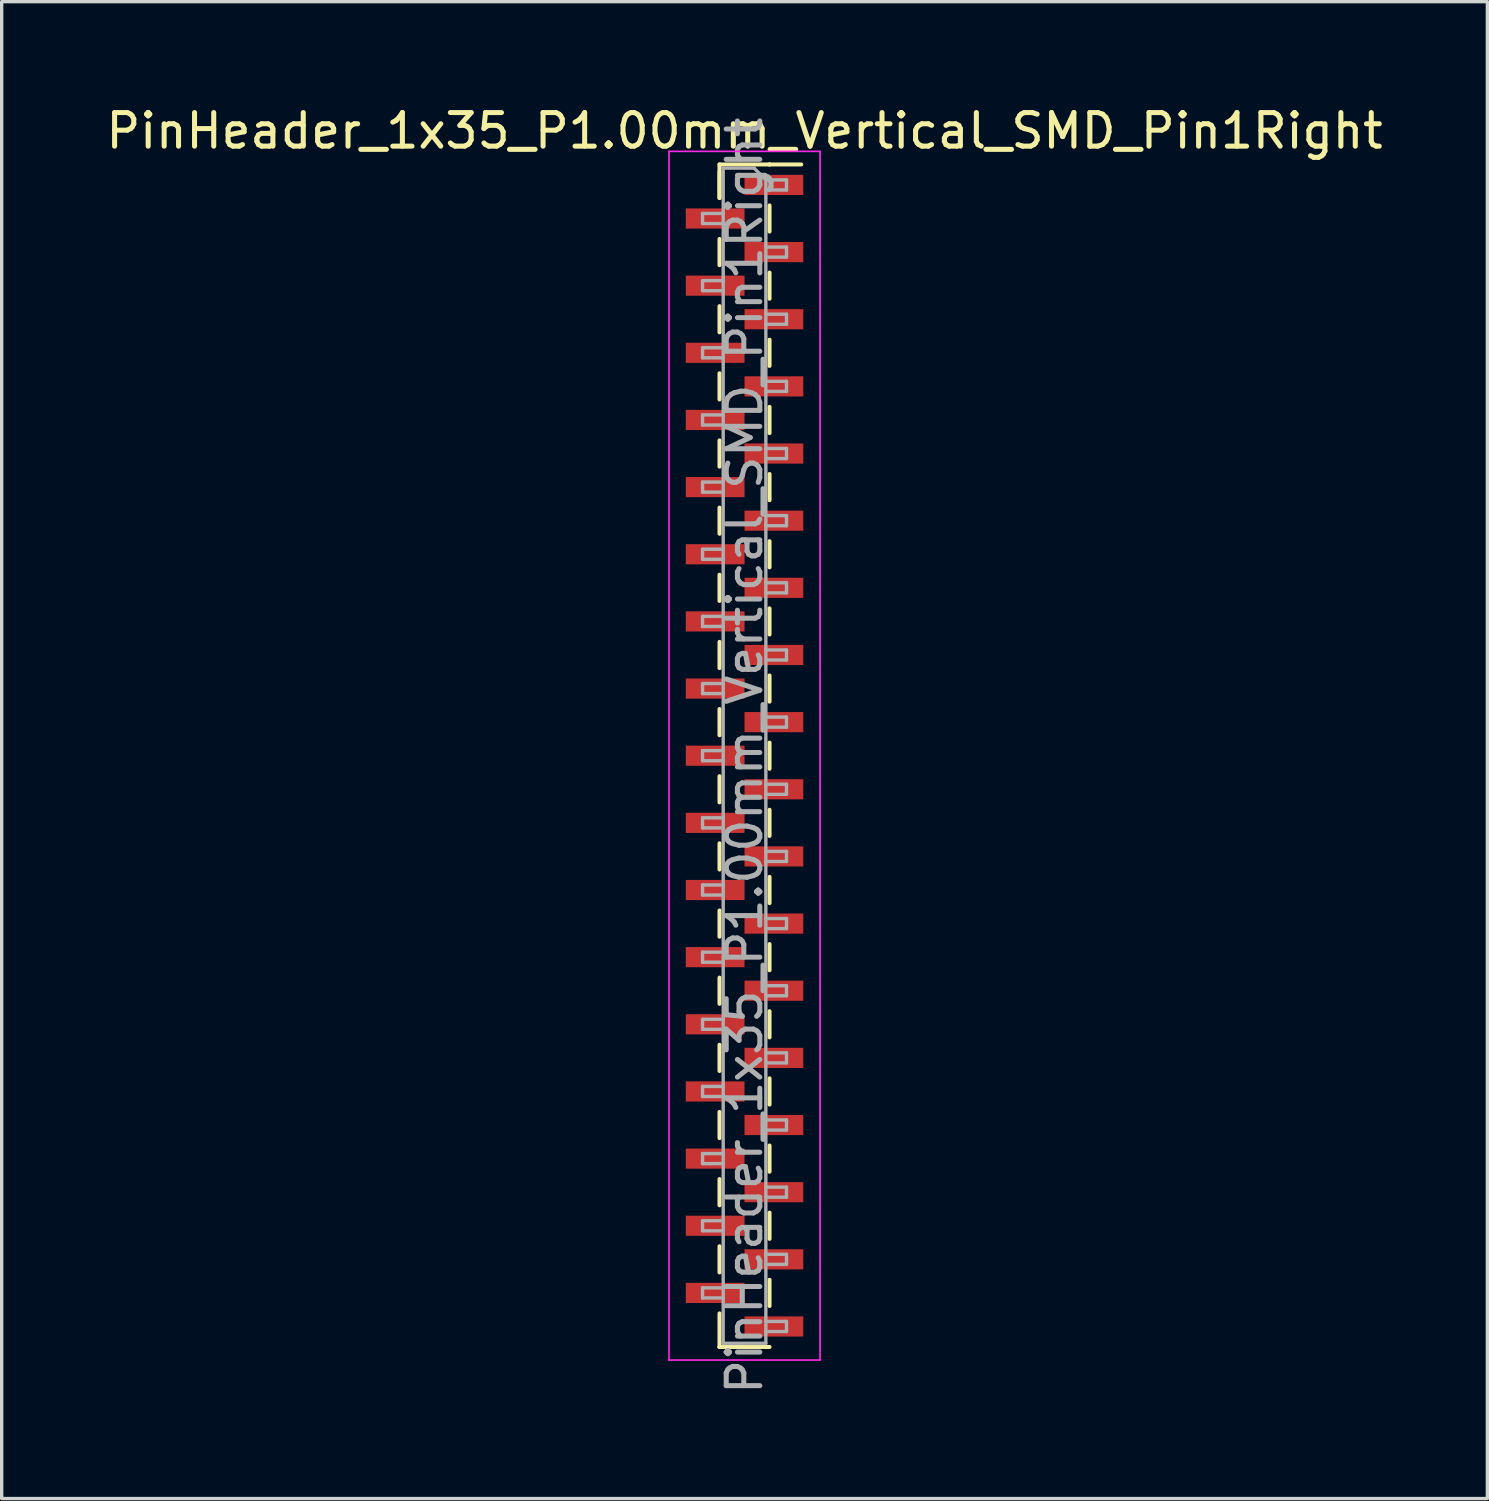
<source format=kicad_pcb>
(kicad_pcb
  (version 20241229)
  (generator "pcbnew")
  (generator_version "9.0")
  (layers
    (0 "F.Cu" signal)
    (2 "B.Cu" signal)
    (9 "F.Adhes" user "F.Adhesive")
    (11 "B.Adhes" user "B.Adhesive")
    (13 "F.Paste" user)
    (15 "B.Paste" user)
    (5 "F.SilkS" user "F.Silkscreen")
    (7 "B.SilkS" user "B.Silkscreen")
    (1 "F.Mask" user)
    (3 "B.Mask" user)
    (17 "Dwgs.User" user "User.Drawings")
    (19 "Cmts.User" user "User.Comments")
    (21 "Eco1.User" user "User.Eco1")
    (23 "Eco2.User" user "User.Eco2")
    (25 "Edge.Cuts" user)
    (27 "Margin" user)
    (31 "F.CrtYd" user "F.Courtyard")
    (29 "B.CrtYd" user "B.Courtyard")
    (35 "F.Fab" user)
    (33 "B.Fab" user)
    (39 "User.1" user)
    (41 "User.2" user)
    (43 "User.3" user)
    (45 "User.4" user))
  (footprint "PinHeader_1x35_P1.00mm_Vertical_SMD_Pin1Right"
    (layer "F.Cu")
    (at 19.125 19.458)
    (property "Reference" "PinHeader_1x35_P1.00mm_Vertical_SMD_Pin1Right" (at 0 -18.61 0) (layer "F.SilkS") (effects (font (size 1 1) (thickness 0.15))))
    (attr smd)
    (fp_line (start -0.745 -17.61) (end -0.745 -16.61) (stroke (width 0.12) (type solid)) (layer "F.SilkS"))
    (fp_line (start -0.745 -17.61) (end 0.745 -17.61) (stroke (width 0.12) (type solid)) (layer "F.SilkS"))
    (fp_line (start -0.745 -17.39) (end -0.745 -16.61) (stroke (width 0.12) (type solid)) (layer "F.SilkS"))
    (fp_line (start -0.745 -15.39) (end -0.745 -14.61) (stroke (width 0.12) (type solid)) (layer "F.SilkS"))
    (fp_line (start -0.745 -13.39) (end -0.745 -12.61) (stroke (width 0.12) (type solid)) (layer "F.SilkS"))
    (fp_line (start -0.745 -11.39) (end -0.745 -10.61) (stroke (width 0.12) (type solid)) (layer "F.SilkS"))
    (fp_line (start -0.745 -9.39) (end -0.745 -8.61) (stroke (width 0.12) (type solid)) (layer "F.SilkS"))
    (fp_line (start -0.745 -7.39) (end -0.745 -6.61) (stroke (width 0.12) (type solid)) (layer "F.SilkS"))
    (fp_line (start -0.745 -5.39) (end -0.745 -4.61) (stroke (width 0.12) (type solid)) (layer "F.SilkS"))
    (fp_line (start -0.745 -3.39) (end -0.745 -2.61) (stroke (width 0.12) (type solid)) (layer "F.SilkS"))
    (fp_line (start -0.745 -1.39) (end -0.745 -0.61) (stroke (width 0.12) (type solid)) (layer "F.SilkS"))
    (fp_line (start -0.745 0.61) (end -0.745 1.39) (stroke (width 0.12) (type solid)) (layer "F.SilkS"))
    (fp_line (start -0.745 2.61) (end -0.745 3.39) (stroke (width 0.12) (type solid)) (layer "F.SilkS"))
    (fp_line (start -0.745 4.61) (end -0.745 5.39) (stroke (width 0.12) (type solid)) (layer "F.SilkS"))
    (fp_line (start -0.745 6.61) (end -0.745 7.39) (stroke (width 0.12) (type solid)) (layer "F.SilkS"))
    (fp_line (start -0.745 8.61) (end -0.745 9.39) (stroke (width 0.12) (type solid)) (layer "F.SilkS"))
    (fp_line (start -0.745 10.61) (end -0.745 11.39) (stroke (width 0.12) (type solid)) (layer "F.SilkS"))
    (fp_line (start -0.745 12.61) (end -0.745 13.39) (stroke (width 0.12) (type solid)) (layer "F.SilkS"))
    (fp_line (start -0.745 14.61) (end -0.745 15.39) (stroke (width 0.12) (type solid)) (layer "F.SilkS"))
    (fp_line (start -0.745 16.61) (end -0.745 17.61) (stroke (width 0.12) (type solid)) (layer "F.SilkS"))
    (fp_line (start -0.745 17.61) (end -0.745 17.61) (stroke (width 0.12) (type solid)) (layer "F.SilkS"))
    (fp_line (start -0.745 17.61) (end 0.745 17.61) (stroke (width 0.12) (type solid)) (layer "F.SilkS"))
    (fp_line (start 0.745 -17.61) (end 0.745 -17.61) (stroke (width 0.12) (type solid)) (layer "F.SilkS"))
    (fp_line (start 0.745 -17.61) (end 1.69 -17.61) (stroke (width 0.12) (type solid)) (layer "F.SilkS"))
    (fp_line (start 0.745 -16.39) (end 0.745 -15.61) (stroke (width 0.12) (type solid)) (layer "F.SilkS"))
    (fp_line (start 0.745 -14.39) (end 0.745 -13.61) (stroke (width 0.12) (type solid)) (layer "F.SilkS"))
    (fp_line (start 0.745 -12.39) (end 0.745 -11.61) (stroke (width 0.12) (type solid)) (layer "F.SilkS"))
    (fp_line (start 0.745 -10.39) (end 0.745 -9.61) (stroke (width 0.12) (type solid)) (layer "F.SilkS"))
    (fp_line (start 0.745 -8.39) (end 0.745 -7.61) (stroke (width 0.12) (type solid)) (layer "F.SilkS"))
    (fp_line (start 0.745 -6.39) (end 0.745 -5.61) (stroke (width 0.12) (type solid)) (layer "F.SilkS"))
    (fp_line (start 0.745 -4.39) (end 0.745 -3.61) (stroke (width 0.12) (type solid)) (layer "F.SilkS"))
    (fp_line (start 0.745 -2.39) (end 0.745 -1.61) (stroke (width 0.12) (type solid)) (layer "F.SilkS"))
    (fp_line (start 0.745 -0.39) (end 0.745 0.39) (stroke (width 0.12) (type solid)) (layer "F.SilkS"))
    (fp_line (start 0.745 1.61) (end 0.745 2.39) (stroke (width 0.12) (type solid)) (layer "F.SilkS"))
    (fp_line (start 0.745 3.61) (end 0.745 4.39) (stroke (width 0.12) (type solid)) (layer "F.SilkS"))
    (fp_line (start 0.745 5.61) (end 0.745 6.39) (stroke (width 0.12) (type solid)) (layer "F.SilkS"))
    (fp_line (start 0.745 7.61) (end 0.745 8.39) (stroke (width 0.12) (type solid)) (layer "F.SilkS"))
    (fp_line (start 0.745 9.61) (end 0.745 10.39) (stroke (width 0.12) (type solid)) (layer "F.SilkS"))
    (fp_line (start 0.745 11.61) (end 0.745 12.39) (stroke (width 0.12) (type solid)) (layer "F.SilkS"))
    (fp_line (start 0.745 13.61) (end 0.745 14.39) (stroke (width 0.12) (type solid)) (layer "F.SilkS"))
    (fp_line (start 0.745 15.61) (end 0.745 16.39) (stroke (width 0.12) (type solid)) (layer "F.SilkS"))
    (fp_line (start -2.25 -18) (end -2.25 18) (stroke (width 0.05) (type solid)) (layer "F.CrtYd"))
    (fp_line (start -2.25 18) (end 2.25 18) (stroke (width 0.05) (type solid)) (layer "F.CrtYd"))
    (fp_line (start 2.25 -18) (end -2.25 -18) (stroke (width 0.05) (type solid)) (layer "F.CrtYd"))
    (fp_line (start 2.25 18) (end 2.25 -18) (stroke (width 0.05) (type solid)) (layer "F.CrtYd"))
    (fp_line (start -1.25 -16.15) (end -1.25 -15.85) (stroke (width 0.1) (type solid)) (layer "F.Fab"))
    (fp_line (start -1.25 -15.85) (end -0.635 -15.85) (stroke (width 0.1) (type solid)) (layer "F.Fab"))
    (fp_line (start -1.25 -14.15) (end -1.25 -13.85) (stroke (width 0.1) (type solid)) (layer "F.Fab"))
    (fp_line (start -1.25 -13.85) (end -0.635 -13.85) (stroke (width 0.1) (type solid)) (layer "F.Fab"))
    (fp_line (start -1.25 -12.15) (end -1.25 -11.85) (stroke (width 0.1) (type solid)) (layer "F.Fab"))
    (fp_line (start -1.25 -11.85) (end -0.635 -11.85) (stroke (width 0.1) (type solid)) (layer "F.Fab"))
    (fp_line (start -1.25 -10.15) (end -1.25 -9.85) (stroke (width 0.1) (type solid)) (layer "F.Fab"))
    (fp_line (start -1.25 -9.85) (end -0.635 -9.85) (stroke (width 0.1) (type solid)) (layer "F.Fab"))
    (fp_line (start -1.25 -8.15) (end -1.25 -7.85) (stroke (width 0.1) (type solid)) (layer "F.Fab"))
    (fp_line (start -1.25 -7.85) (end -0.635 -7.85) (stroke (width 0.1) (type solid)) (layer "F.Fab"))
    (fp_line (start -1.25 -6.15) (end -1.25 -5.85) (stroke (width 0.1) (type solid)) (layer "F.Fab"))
    (fp_line (start -1.25 -5.85) (end -0.635 -5.85) (stroke (width 0.1) (type solid)) (layer "F.Fab"))
    (fp_line (start -1.25 -4.15) (end -1.25 -3.85) (stroke (width 0.1) (type solid)) (layer "F.Fab"))
    (fp_line (start -1.25 -3.85) (end -0.635 -3.85) (stroke (width 0.1) (type solid)) (layer "F.Fab"))
    (fp_line (start -1.25 -2.15) (end -1.25 -1.85) (stroke (width 0.1) (type solid)) (layer "F.Fab"))
    (fp_line (start -1.25 -1.85) (end -0.635 -1.85) (stroke (width 0.1) (type solid)) (layer "F.Fab"))
    (fp_line (start -1.25 -0.15) (end -1.25 0.15) (stroke (width 0.1) (type solid)) (layer "F.Fab"))
    (fp_line (start -1.25 0.15) (end -0.635 0.15) (stroke (width 0.1) (type solid)) (layer "F.Fab"))
    (fp_line (start -1.25 1.85) (end -1.25 2.15) (stroke (width 0.1) (type solid)) (layer "F.Fab"))
    (fp_line (start -1.25 2.15) (end -0.635 2.15) (stroke (width 0.1) (type solid)) (layer "F.Fab"))
    (fp_line (start -1.25 3.85) (end -1.25 4.15) (stroke (width 0.1) (type solid)) (layer "F.Fab"))
    (fp_line (start -1.25 4.15) (end -0.635 4.15) (stroke (width 0.1) (type solid)) (layer "F.Fab"))
    (fp_line (start -1.25 5.85) (end -1.25 6.15) (stroke (width 0.1) (type solid)) (layer "F.Fab"))
    (fp_line (start -1.25 6.15) (end -0.635 6.15) (stroke (width 0.1) (type solid)) (layer "F.Fab"))
    (fp_line (start -1.25 7.85) (end -1.25 8.15) (stroke (width 0.1) (type solid)) (layer "F.Fab"))
    (fp_line (start -1.25 8.15) (end -0.635 8.15) (stroke (width 0.1) (type solid)) (layer "F.Fab"))
    (fp_line (start -1.25 9.85) (end -1.25 10.15) (stroke (width 0.1) (type solid)) (layer "F.Fab"))
    (fp_line (start -1.25 10.15) (end -0.635 10.15) (stroke (width 0.1) (type solid)) (layer "F.Fab"))
    (fp_line (start -1.25 11.85) (end -1.25 12.15) (stroke (width 0.1) (type solid)) (layer "F.Fab"))
    (fp_line (start -1.25 12.15) (end -0.635 12.15) (stroke (width 0.1) (type solid)) (layer "F.Fab"))
    (fp_line (start -1.25 13.85) (end -1.25 14.15) (stroke (width 0.1) (type solid)) (layer "F.Fab"))
    (fp_line (start -1.25 14.15) (end -0.635 14.15) (stroke (width 0.1) (type solid)) (layer "F.Fab"))
    (fp_line (start -1.25 15.85) (end -1.25 16.15) (stroke (width 0.1) (type solid)) (layer "F.Fab"))
    (fp_line (start -1.25 16.15) (end -0.635 16.15) (stroke (width 0.1) (type solid)) (layer "F.Fab"))
    (fp_line (start -0.635 -17.5) (end -0.635 17.5) (stroke (width 0.1) (type solid)) (layer "F.Fab"))
    (fp_line (start -0.635 -17.5) (end 0.285 -17.5) (stroke (width 0.1) (type solid)) (layer "F.Fab"))
    (fp_line (start -0.635 -16.15) (end -1.25 -16.15) (stroke (width 0.1) (type solid)) (layer "F.Fab"))
    (fp_line (start -0.635 -14.15) (end -1.25 -14.15) (stroke (width 0.1) (type solid)) (layer "F.Fab"))
    (fp_line (start -0.635 -12.15) (end -1.25 -12.15) (stroke (width 0.1) (type solid)) (layer "F.Fab"))
    (fp_line (start -0.635 -10.15) (end -1.25 -10.15) (stroke (width 0.1) (type solid)) (layer "F.Fab"))
    (fp_line (start -0.635 -8.15) (end -1.25 -8.15) (stroke (width 0.1) (type solid)) (layer "F.Fab"))
    (fp_line (start -0.635 -6.15) (end -1.25 -6.15) (stroke (width 0.1) (type solid)) (layer "F.Fab"))
    (fp_line (start -0.635 -4.15) (end -1.25 -4.15) (stroke (width 0.1) (type solid)) (layer "F.Fab"))
    (fp_line (start -0.635 -2.15) (end -1.25 -2.15) (stroke (width 0.1) (type solid)) (layer "F.Fab"))
    (fp_line (start -0.635 -0.15) (end -1.25 -0.15) (stroke (width 0.1) (type solid)) (layer "F.Fab"))
    (fp_line (start -0.635 1.85) (end -1.25 1.85) (stroke (width 0.1) (type solid)) (layer "F.Fab"))
    (fp_line (start -0.635 3.85) (end -1.25 3.85) (stroke (width 0.1) (type solid)) (layer "F.Fab"))
    (fp_line (start -0.635 5.85) (end -1.25 5.85) (stroke (width 0.1) (type solid)) (layer "F.Fab"))
    (fp_line (start -0.635 7.85) (end -1.25 7.85) (stroke (width 0.1) (type solid)) (layer "F.Fab"))
    (fp_line (start -0.635 9.85) (end -1.25 9.85) (stroke (width 0.1) (type solid)) (layer "F.Fab"))
    (fp_line (start -0.635 11.85) (end -1.25 11.85) (stroke (width 0.1) (type solid)) (layer "F.Fab"))
    (fp_line (start -0.635 13.85) (end -1.25 13.85) (stroke (width 0.1) (type solid)) (layer "F.Fab"))
    (fp_line (start -0.635 15.85) (end -1.25 15.85) (stroke (width 0.1) (type solid)) (layer "F.Fab"))
    (fp_line (start 0.635 -17.15) (end 0.285 -17.5) (stroke (width 0.1) (type solid)) (layer "F.Fab"))
    (fp_line (start 0.635 -17.15) (end 1.25 -17.15) (stroke (width 0.1) (type solid)) (layer "F.Fab"))
    (fp_line (start 0.635 -15.15) (end 1.25 -15.15) (stroke (width 0.1) (type solid)) (layer "F.Fab"))
    (fp_line (start 0.635 -13.15) (end 1.25 -13.15) (stroke (width 0.1) (type solid)) (layer "F.Fab"))
    (fp_line (start 0.635 -11.15) (end 1.25 -11.15) (stroke (width 0.1) (type solid)) (layer "F.Fab"))
    (fp_line (start 0.635 -9.15) (end 1.25 -9.15) (stroke (width 0.1) (type solid)) (layer "F.Fab"))
    (fp_line (start 0.635 -7.15) (end 1.25 -7.15) (stroke (width 0.1) (type solid)) (layer "F.Fab"))
    (fp_line (start 0.635 -5.15) (end 1.25 -5.15) (stroke (width 0.1) (type solid)) (layer "F.Fab"))
    (fp_line (start 0.635 -3.15) (end 1.25 -3.15) (stroke (width 0.1) (type solid)) (layer "F.Fab"))
    (fp_line (start 0.635 -1.15) (end 1.25 -1.15) (stroke (width 0.1) (type solid)) (layer "F.Fab"))
    (fp_line (start 0.635 0.85) (end 1.25 0.85) (stroke (width 0.1) (type solid)) (layer "F.Fab"))
    (fp_line (start 0.635 2.85) (end 1.25 2.85) (stroke (width 0.1) (type solid)) (layer "F.Fab"))
    (fp_line (start 0.635 4.85) (end 1.25 4.85) (stroke (width 0.1) (type solid)) (layer "F.Fab"))
    (fp_line (start 0.635 6.85) (end 1.25 6.85) (stroke (width 0.1) (type solid)) (layer "F.Fab"))
    (fp_line (start 0.635 8.85) (end 1.25 8.85) (stroke (width 0.1) (type solid)) (layer "F.Fab"))
    (fp_line (start 0.635 10.85) (end 1.25 10.85) (stroke (width 0.1) (type solid)) (layer "F.Fab"))
    (fp_line (start 0.635 12.85) (end 1.25 12.85) (stroke (width 0.1) (type solid)) (layer "F.Fab"))
    (fp_line (start 0.635 14.85) (end 1.25 14.85) (stroke (width 0.1) (type solid)) (layer "F.Fab"))
    (fp_line (start 0.635 16.85) (end 1.25 16.85) (stroke (width 0.1) (type solid)) (layer "F.Fab"))
    (fp_line (start 0.635 17.5) (end -0.635 17.5) (stroke (width 0.1) (type solid)) (layer "F.Fab"))
    (fp_line (start 0.635 17.5) (end 0.635 -17.15) (stroke (width 0.1) (type solid)) (layer "F.Fab"))
    (fp_line (start 1.25 -17.15) (end 1.25 -16.85) (stroke (width 0.1) (type solid)) (layer "F.Fab"))
    (fp_line (start 1.25 -16.85) (end 0.635 -16.85) (stroke (width 0.1) (type solid)) (layer "F.Fab"))
    (fp_line (start 1.25 -15.15) (end 1.25 -14.85) (stroke (width 0.1) (type solid)) (layer "F.Fab"))
    (fp_line (start 1.25 -14.85) (end 0.635 -14.85) (stroke (width 0.1) (type solid)) (layer "F.Fab"))
    (fp_line (start 1.25 -13.15) (end 1.25 -12.85) (stroke (width 0.1) (type solid)) (layer "F.Fab"))
    (fp_line (start 1.25 -12.85) (end 0.635 -12.85) (stroke (width 0.1) (type solid)) (layer "F.Fab"))
    (fp_line (start 1.25 -11.15) (end 1.25 -10.85) (stroke (width 0.1) (type solid)) (layer "F.Fab"))
    (fp_line (start 1.25 -10.85) (end 0.635 -10.85) (stroke (width 0.1) (type solid)) (layer "F.Fab"))
    (fp_line (start 1.25 -9.15) (end 1.25 -8.85) (stroke (width 0.1) (type solid)) (layer "F.Fab"))
    (fp_line (start 1.25 -8.85) (end 0.635 -8.85) (stroke (width 0.1) (type solid)) (layer "F.Fab"))
    (fp_line (start 1.25 -7.15) (end 1.25 -6.85) (stroke (width 0.1) (type solid)) (layer "F.Fab"))
    (fp_line (start 1.25 -6.85) (end 0.635 -6.85) (stroke (width 0.1) (type solid)) (layer "F.Fab"))
    (fp_line (start 1.25 -5.15) (end 1.25 -4.85) (stroke (width 0.1) (type solid)) (layer "F.Fab"))
    (fp_line (start 1.25 -4.85) (end 0.635 -4.85) (stroke (width 0.1) (type solid)) (layer "F.Fab"))
    (fp_line (start 1.25 -3.15) (end 1.25 -2.85) (stroke (width 0.1) (type solid)) (layer "F.Fab"))
    (fp_line (start 1.25 -2.85) (end 0.635 -2.85) (stroke (width 0.1) (type solid)) (layer "F.Fab"))
    (fp_line (start 1.25 -1.15) (end 1.25 -0.85) (stroke (width 0.1) (type solid)) (layer "F.Fab"))
    (fp_line (start 1.25 -0.85) (end 0.635 -0.85) (stroke (width 0.1) (type solid)) (layer "F.Fab"))
    (fp_line (start 1.25 0.85) (end 1.25 1.15) (stroke (width 0.1) (type solid)) (layer "F.Fab"))
    (fp_line (start 1.25 1.15) (end 0.635 1.15) (stroke (width 0.1) (type solid)) (layer "F.Fab"))
    (fp_line (start 1.25 2.85) (end 1.25 3.15) (stroke (width 0.1) (type solid)) (layer "F.Fab"))
    (fp_line (start 1.25 3.15) (end 0.635 3.15) (stroke (width 0.1) (type solid)) (layer "F.Fab"))
    (fp_line (start 1.25 4.85) (end 1.25 5.15) (stroke (width 0.1) (type solid)) (layer "F.Fab"))
    (fp_line (start 1.25 5.15) (end 0.635 5.15) (stroke (width 0.1) (type solid)) (layer "F.Fab"))
    (fp_line (start 1.25 6.85) (end 1.25 7.15) (stroke (width 0.1) (type solid)) (layer "F.Fab"))
    (fp_line (start 1.25 7.15) (end 0.635 7.15) (stroke (width 0.1) (type solid)) (layer "F.Fab"))
    (fp_line (start 1.25 8.85) (end 1.25 9.15) (stroke (width 0.1) (type solid)) (layer "F.Fab"))
    (fp_line (start 1.25 9.15) (end 0.635 9.15) (stroke (width 0.1) (type solid)) (layer "F.Fab"))
    (fp_line (start 1.25 10.85) (end 1.25 11.15) (stroke (width 0.1) (type solid)) (layer "F.Fab"))
    (fp_line (start 1.25 11.15) (end 0.635 11.15) (stroke (width 0.1) (type solid)) (layer "F.Fab"))
    (fp_line (start 1.25 12.85) (end 1.25 13.15) (stroke (width 0.1) (type solid)) (layer "F.Fab"))
    (fp_line (start 1.25 13.15) (end 0.635 13.15) (stroke (width 0.1) (type solid)) (layer "F.Fab"))
    (fp_line (start 1.25 14.85) (end 1.25 15.15) (stroke (width 0.1) (type solid)) (layer "F.Fab"))
    (fp_line (start 1.25 15.15) (end 0.635 15.15) (stroke (width 0.1) (type solid)) (layer "F.Fab"))
    (fp_line (start 1.25 16.85) (end 1.25 17.15) (stroke (width 0.1) (type solid)) (layer "F.Fab"))
    (fp_line (start 1.25 17.15) (end 0.635 17.15) (stroke (width 0.1) (type solid)) (layer "F.Fab"))
    (fp_text user "${REFERENCE}" (at 0 0 90) (layer "F.Fab") (effects (font (size 1 1) (thickness 0.15))))
    (pad "1" smd rect (at 0.875 -17) (size 1.75 0.6) (layers "F.Cu" "F.Mask" "F.Paste"))
    (pad "2" smd rect (at -0.875 -16) (size 1.75 0.6) (layers "F.Cu" "F.Mask" "F.Paste"))
    (pad "3" smd rect (at 0.875 -15) (size 1.75 0.6) (layers "F.Cu" "F.Mask" "F.Paste"))
    (pad "4" smd rect (at -0.875 -14) (size 1.75 0.6) (layers "F.Cu" "F.Mask" "F.Paste"))
    (pad "5" smd rect (at 0.875 -13) (size 1.75 0.6) (layers "F.Cu" "F.Mask" "F.Paste"))
    (pad "6" smd rect (at -0.875 -12) (size 1.75 0.6) (layers "F.Cu" "F.Mask" "F.Paste"))
    (pad "7" smd rect (at 0.875 -11) (size 1.75 0.6) (layers "F.Cu" "F.Mask" "F.Paste"))
    (pad "8" smd rect (at -0.875 -10) (size 1.75 0.6) (layers "F.Cu" "F.Mask" "F.Paste"))
    (pad "9" smd rect (at 0.875 -9) (size 1.75 0.6) (layers "F.Cu" "F.Mask" "F.Paste"))
    (pad "10" smd rect (at -0.875 -8) (size 1.75 0.6) (layers "F.Cu" "F.Mask" "F.Paste"))
    (pad "11" smd rect (at 0.875 -7) (size 1.75 0.6) (layers "F.Cu" "F.Mask" "F.Paste"))
    (pad "12" smd rect (at -0.875 -6) (size 1.75 0.6) (layers "F.Cu" "F.Mask" "F.Paste"))
    (pad "13" smd rect (at 0.875 -5) (size 1.75 0.6) (layers "F.Cu" "F.Mask" "F.Paste"))
    (pad "14" smd rect (at -0.875 -4) (size 1.75 0.6) (layers "F.Cu" "F.Mask" "F.Paste"))
    (pad "15" smd rect (at 0.875 -3) (size 1.75 0.6) (layers "F.Cu" "F.Mask" "F.Paste"))
    (pad "16" smd rect (at -0.875 -2) (size 1.75 0.6) (layers "F.Cu" "F.Mask" "F.Paste"))
    (pad "17" smd rect (at 0.875 -1) (size 1.75 0.6) (layers "F.Cu" "F.Mask" "F.Paste"))
    (pad "18" smd rect (at -0.875 0) (size 1.75 0.6) (layers "F.Cu" "F.Mask" "F.Paste"))
    (pad "19" smd rect (at 0.875 1) (size 1.75 0.6) (layers "F.Cu" "F.Mask" "F.Paste"))
    (pad "20" smd rect (at -0.875 2) (size 1.75 0.6) (layers "F.Cu" "F.Mask" "F.Paste"))
    (pad "21" smd rect (at 0.875 3) (size 1.75 0.6) (layers "F.Cu" "F.Mask" "F.Paste"))
    (pad "22" smd rect (at -0.875 4) (size 1.75 0.6) (layers "F.Cu" "F.Mask" "F.Paste"))
    (pad "23" smd rect (at 0.875 5) (size 1.75 0.6) (layers "F.Cu" "F.Mask" "F.Paste"))
    (pad "24" smd rect (at -0.875 6) (size 1.75 0.6) (layers "F.Cu" "F.Mask" "F.Paste"))
    (pad "25" smd rect (at 0.875 7) (size 1.75 0.6) (layers "F.Cu" "F.Mask" "F.Paste"))
    (pad "26" smd rect (at -0.875 8) (size 1.75 0.6) (layers "F.Cu" "F.Mask" "F.Paste"))
    (pad "27" smd rect (at 0.875 9) (size 1.75 0.6) (layers "F.Cu" "F.Mask" "F.Paste"))
    (pad "28" smd rect (at -0.875 10) (size 1.75 0.6) (layers "F.Cu" "F.Mask" "F.Paste"))
    (pad "29" smd rect (at 0.875 11) (size 1.75 0.6) (layers "F.Cu" "F.Mask" "F.Paste"))
    (pad "30" smd rect (at -0.875 12) (size 1.75 0.6) (layers "F.Cu" "F.Mask" "F.Paste"))
    (pad "31" smd rect (at 0.875 13) (size 1.75 0.6) (layers "F.Cu" "F.Mask" "F.Paste"))
    (pad "32" smd rect (at -0.875 14) (size 1.75 0.6) (layers "F.Cu" "F.Mask" "F.Paste"))
    (pad "33" smd rect (at 0.875 15) (size 1.75 0.6) (layers "F.Cu" "F.Mask" "F.Paste"))
    (pad "34" smd rect (at -0.875 16) (size 1.75 0.6) (layers "F.Cu" "F.Mask" "F.Paste"))
    (pad "35" smd rect (at 0.875 17) (size 1.75 0.6) (layers "F.Cu" "F.Mask" "F.Paste")))
  (gr_rect
    (start -3 -3)
    (end 41.25 41.583)
    (stroke (width 0.1) (type default))
    (fill no)
    (layer "Edge.Cuts")))
</source>
